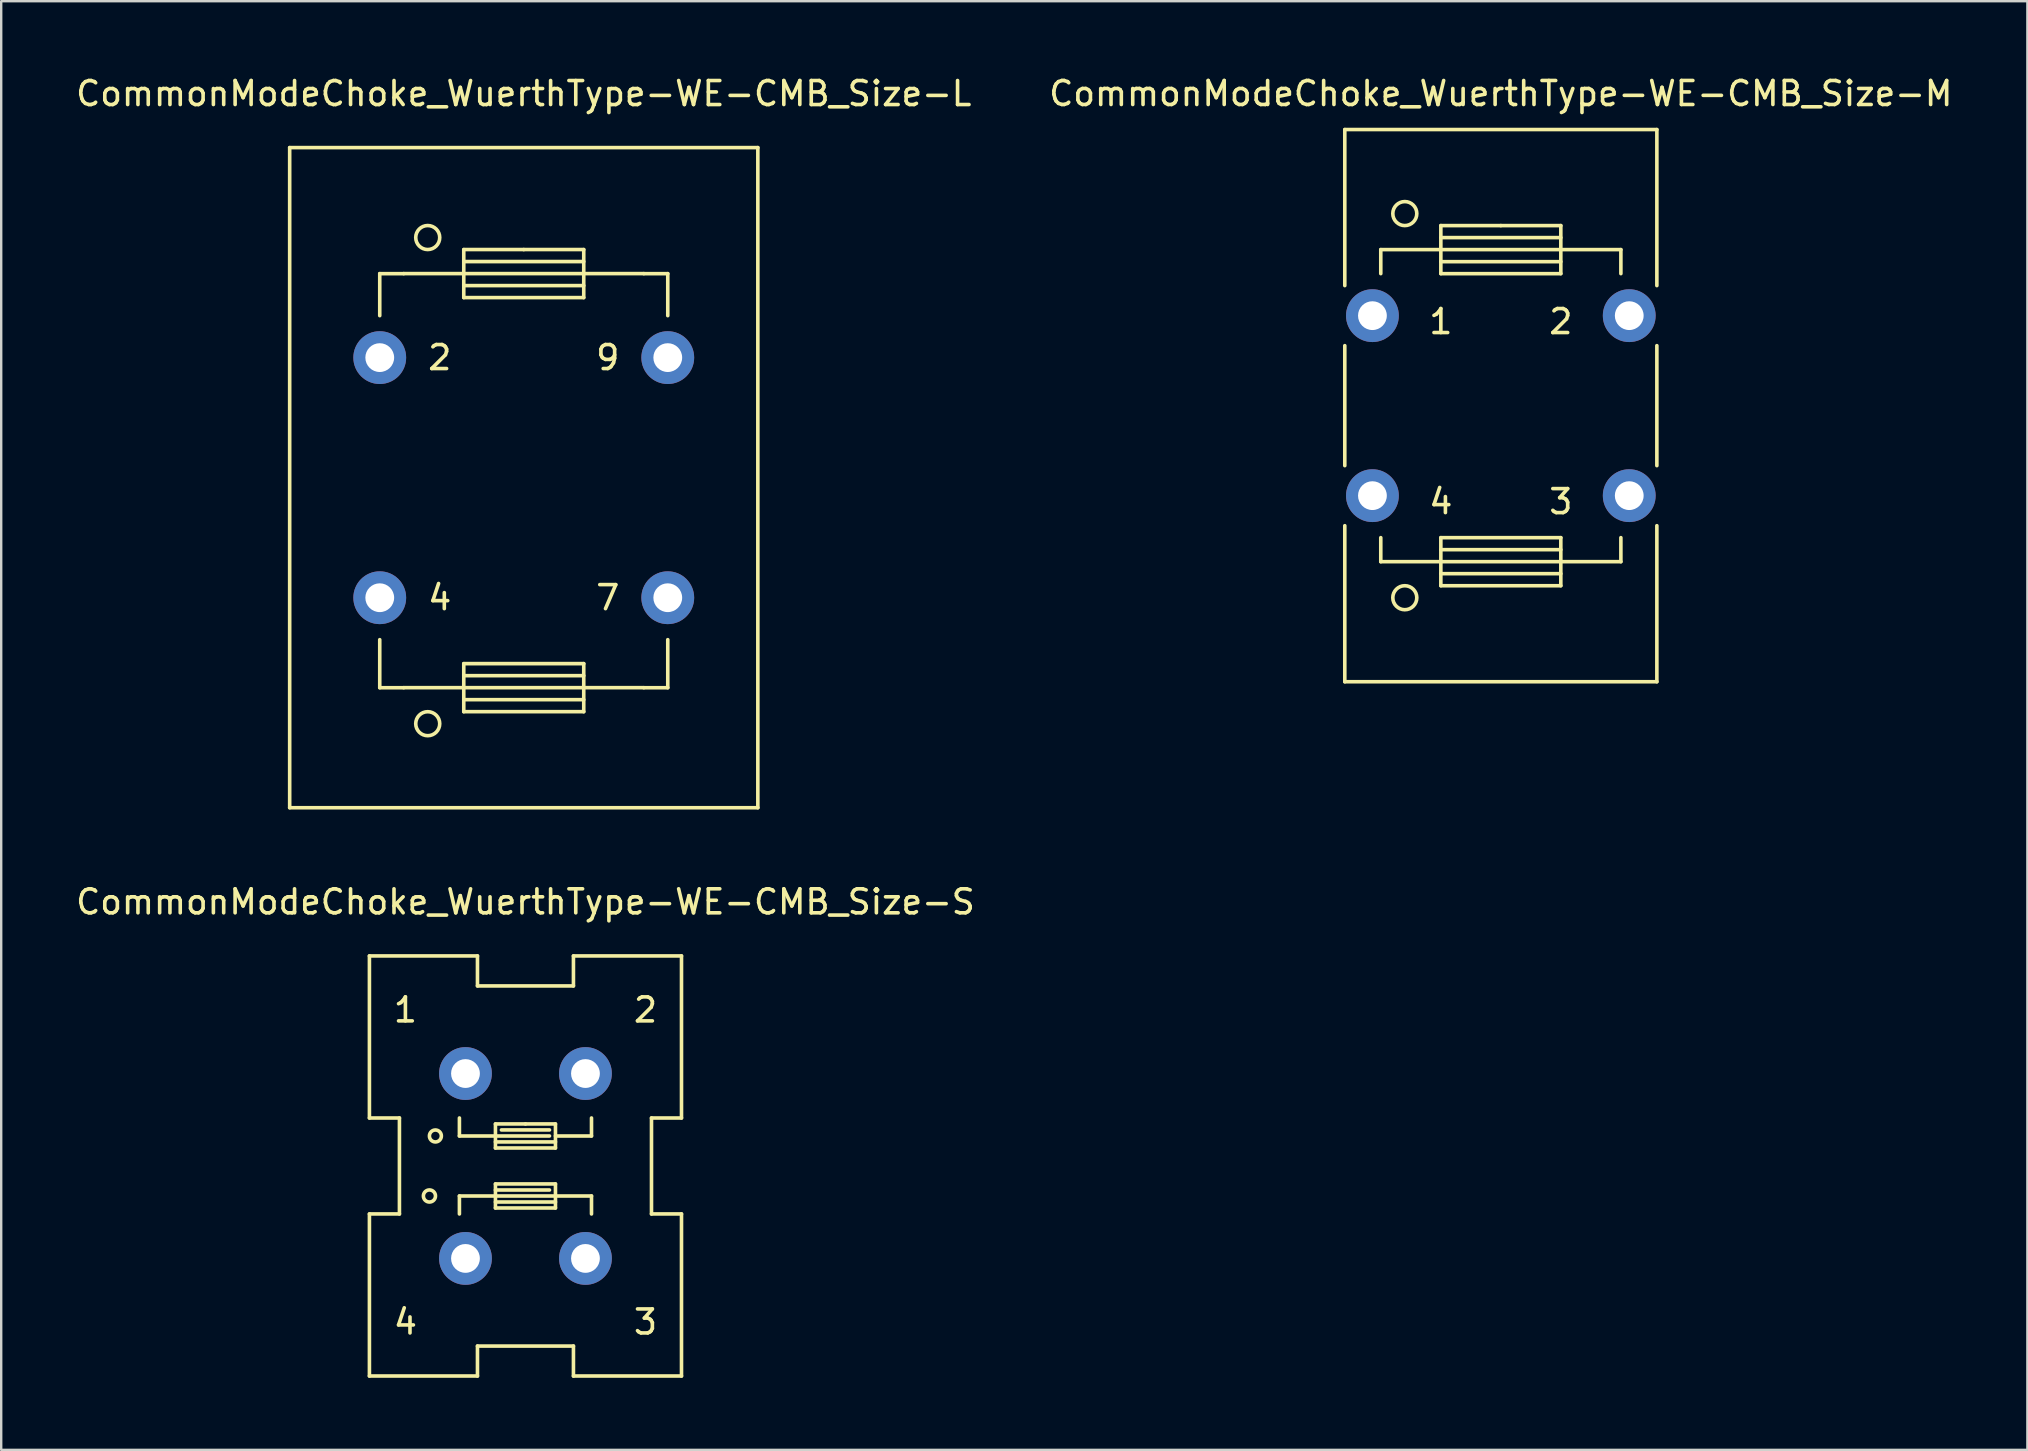
<source format=kicad_pcb>
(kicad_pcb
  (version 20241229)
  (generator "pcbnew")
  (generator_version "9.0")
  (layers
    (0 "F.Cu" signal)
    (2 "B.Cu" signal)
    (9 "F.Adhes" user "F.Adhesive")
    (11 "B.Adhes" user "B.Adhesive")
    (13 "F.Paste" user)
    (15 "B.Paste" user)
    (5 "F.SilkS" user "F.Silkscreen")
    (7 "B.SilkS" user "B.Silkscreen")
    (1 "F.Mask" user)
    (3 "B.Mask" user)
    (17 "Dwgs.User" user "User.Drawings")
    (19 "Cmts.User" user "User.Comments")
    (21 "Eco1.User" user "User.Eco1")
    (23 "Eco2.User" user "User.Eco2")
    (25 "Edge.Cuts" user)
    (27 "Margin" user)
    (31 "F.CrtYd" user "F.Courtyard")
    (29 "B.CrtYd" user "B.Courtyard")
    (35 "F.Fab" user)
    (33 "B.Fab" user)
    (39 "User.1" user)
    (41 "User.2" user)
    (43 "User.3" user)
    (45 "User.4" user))
  (footprint "CommonModeChoke_WuerthType-WE-CMB_Size-L"
    (layer "F.Cu")
    (at 18.768 16.848)
    (property "Reference" "CommonModeChoke_WuerthType-WE-CMB_Size-L" (at 0 -15.999 0) (layer "F.SilkS") (effects (font (size 1 1) (thickness 0.15))))
    (attr through_hole)
    (fp_line (start -9.751 -13.749) (end -9.751 13.749) (stroke (width 0.15) (type solid)) (layer "F.SilkS"))
    (fp_line (start -5.999 -8.499) (end -5.999 -6.749) (stroke (width 0.15) (type solid)) (layer "F.SilkS"))
    (fp_line (start -5.999 8.75) (end -5.999 6.749) (stroke (width 0.15) (type solid)) (layer "F.SilkS"))
    (fp_line (start -5.001 -8.499) (end -5.999 -8.499) (stroke (width 0.15) (type solid)) (layer "F.SilkS"))
    (fp_line (start -5.001 8.748) (end -2.499 8.748) (stroke (width 0.15) (type solid)) (layer "F.SilkS"))
    (fp_line (start -5.001 8.75) (end -5.999 8.75) (stroke (width 0.15) (type solid)) (layer "F.SilkS"))
    (fp_line (start -2.499 -9.502) (end 0 -9.502) (stroke (width 0.15) (type solid)) (layer "F.SilkS"))
    (fp_line (start -2.499 -8.501) (end -5.001 -8.501) (stroke (width 0.15) (type solid)) (layer "F.SilkS"))
    (fp_line (start -2.499 -8.501) (end 2.499 -8.501) (stroke (width 0.15) (type solid)) (layer "F.SilkS"))
    (fp_line (start -2.499 -8.001) (end 2.499 -8.001) (stroke (width 0.15) (type solid)) (layer "F.SilkS"))
    (fp_line (start -2.499 -7.501) (end -2.499 -9.502) (stroke (width 0.15) (type solid)) (layer "F.SilkS"))
    (fp_line (start -2.499 7.747) (end 2.499 7.747) (stroke (width 0.15) (type solid)) (layer "F.SilkS"))
    (fp_line (start -2.499 9.248) (end 2.499 9.248) (stroke (width 0.15) (type solid)) (layer "F.SilkS"))
    (fp_line (start -2.499 9.749) (end -2.499 7.747) (stroke (width 0.15) (type solid)) (layer "F.SilkS"))
    (fp_line (start 0 -9.502) (end 2.499 -9.502) (stroke (width 0.15) (type solid)) (layer "F.SilkS"))
    (fp_line (start 2.499 -9.502) (end 2.499 -7.501) (stroke (width 0.15) (type solid)) (layer "F.SilkS"))
    (fp_line (start 2.499 -9.002) (end -2.499 -9.002) (stroke (width 0.15) (type solid)) (layer "F.SilkS"))
    (fp_line (start 2.499 -8.501) (end 5.001 -8.501) (stroke (width 0.15) (type solid)) (layer "F.SilkS"))
    (fp_line (start 2.499 -7.501) (end -2.499 -7.501) (stroke (width 0.15) (type solid)) (layer "F.SilkS"))
    (fp_line (start 2.499 7.747) (end 2.499 9.749) (stroke (width 0.15) (type solid)) (layer "F.SilkS"))
    (fp_line (start 2.499 8.247) (end -2.499 8.247) (stroke (width 0.15) (type solid)) (layer "F.SilkS"))
    (fp_line (start 2.499 8.748) (end -2.499 8.748) (stroke (width 0.15) (type solid)) (layer "F.SilkS"))
    (fp_line (start 2.499 9.749) (end -2.499 9.749) (stroke (width 0.15) (type solid)) (layer "F.SilkS"))
    (fp_line (start 5.001 -8.499) (end 5.999 -8.499) (stroke (width 0.15) (type solid)) (layer "F.SilkS"))
    (fp_line (start 5.001 8.748) (end 2.499 8.748) (stroke (width 0.15) (type solid)) (layer "F.SilkS"))
    (fp_line (start 5.001 8.75) (end 5.999 8.75) (stroke (width 0.15) (type solid)) (layer "F.SilkS"))
    (fp_line (start 5.999 -8.499) (end 5.999 -6.749) (stroke (width 0.15) (type solid)) (layer "F.SilkS"))
    (fp_line (start 5.999 8.75) (end 5.999 6.749) (stroke (width 0.15) (type solid)) (layer "F.SilkS"))
    (fp_line (start 9.751 -13.749) (end -9.751 -13.749) (stroke (width 0.15) (type solid)) (layer "F.SilkS"))
    (fp_line (start 9.751 -13.749) (end 9.751 13.749) (stroke (width 0.15) (type solid)) (layer "F.SilkS"))
    (fp_line (start 9.751 13.749) (end -9.751 13.749) (stroke (width 0.15) (type solid)) (layer "F.SilkS"))
    (fp_circle (center -4 -10.003) (end -3.5 -10.003) (stroke (width 0.15) (type solid)) (fill no) (layer "F.SilkS"))
    (fp_circle (center -4 10.249) (end -3.5 10.249) (stroke (width 0.15) (type solid)) (fill no) (layer "F.SilkS"))
    (fp_text user "9" (at 3.5 -5.001 0) (layer "F.SilkS") (effects (font (size 1 1) (thickness 0.15))))
    (fp_text user "7" (at 3.5 5.001 0) (layer "F.SilkS") (effects (font (size 1 1) (thickness 0.15))))
    (fp_text user "4" (at -3.5 5.001 0) (layer "F.SilkS") (effects (font (size 1 1) (thickness 0.15))))
    (fp_text user "2" (at -3.5 -5.001 0) (layer "F.SilkS") (effects (font (size 1 1) (thickness 0.15))))
    (pad "2" thru_hole circle (at -5.999 -5.001) (size 2.2 2.2) (drill 1.199) (layers "*.Cu" "*.Mask"))
    (pad "4" thru_hole circle (at -5.999 5.001) (size 2.2 2.2) (drill 1.199) (layers "*.Cu" "*.Mask"))
    (pad "7" thru_hole circle (at 5.999 5.001) (size 2.2 2.2) (drill 1.199) (layers "*.Cu" "*.Mask"))
    (pad "9" thru_hole circle (at 5.999 -5.001) (size 2.2 2.2) (drill 1.199) (layers "*.Cu" "*.Mask")))
  (footprint "CommonModeChoke_WuerthType-WE-CMB_Size-S"
    (layer "F.Cu")
    (at 18.839 45.521)
    (property "Reference" "CommonModeChoke_WuerthType-WE-CMB_Size-S" (at 0 -11.001 0) (layer "F.SilkS") (effects (font (size 1 1) (thickness 0.15))))
    (attr through_hole)
    (fp_line (start -6.5 -8.75) (end -6.5 -1.999) (stroke (width 0.15) (type solid)) (layer "F.SilkS"))
    (fp_line (start -6.5 -1.999) (end -5.25 -1.999) (stroke (width 0.15) (type solid)) (layer "F.SilkS"))
    (fp_line (start -6.5 1.999) (end -6.5 8.75) (stroke (width 0.15) (type solid)) (layer "F.SilkS"))
    (fp_line (start -6.5 8.75) (end -1.999 8.75) (stroke (width 0.15) (type solid)) (layer "F.SilkS"))
    (fp_line (start -5.25 -1.999) (end -5.25 1.999) (stroke (width 0.15) (type solid)) (layer "F.SilkS"))
    (fp_line (start -5.25 1.999) (end -6.5 1.999) (stroke (width 0.15) (type solid)) (layer "F.SilkS"))
    (fp_line (start -2.751 -1.25) (end -2.751 -1.999) (stroke (width 0.15) (type solid)) (layer "F.SilkS"))
    (fp_line (start -2.751 1.25) (end -2.751 1.999) (stroke (width 0.15) (type solid)) (layer "F.SilkS"))
    (fp_line (start -1.999 -8.75) (end -6.5 -8.75) (stroke (width 0.15) (type solid)) (layer "F.SilkS"))
    (fp_line (start -1.999 -7.501) (end -1.999 -8.75) (stroke (width 0.15) (type solid)) (layer "F.SilkS"))
    (fp_line (start -1.999 7.501) (end 1.999 7.501) (stroke (width 0.15) (type solid)) (layer "F.SilkS"))
    (fp_line (start -1.999 8.75) (end -1.999 7.501) (stroke (width 0.15) (type solid)) (layer "F.SilkS"))
    (fp_line (start -1.25 -1.75) (end 0 -1.75) (stroke (width 0.15) (type solid)) (layer "F.SilkS"))
    (fp_line (start -1.25 -1.25) (end -2.751 -1.25) (stroke (width 0.15) (type solid)) (layer "F.SilkS"))
    (fp_line (start -1.25 -1.001) (end 1.25 -1.001) (stroke (width 0.15) (type solid)) (layer "F.SilkS"))
    (fp_line (start -1.25 -0.749) (end -1.25 -1.75) (stroke (width 0.15) (type solid)) (layer "F.SilkS"))
    (fp_line (start -1.25 0.749) (end 1.25 0.749) (stroke (width 0.15) (type solid)) (layer "F.SilkS"))
    (fp_line (start -1.25 1.001) (end 1.001 1.001) (stroke (width 0.15) (type solid)) (layer "F.SilkS"))
    (fp_line (start -1.25 1.25) (end -2.751 1.25) (stroke (width 0.15) (type solid)) (layer "F.SilkS"))
    (fp_line (start -1.25 1.75) (end -1.25 0.749) (stroke (width 0.15) (type solid)) (layer "F.SilkS"))
    (fp_line (start 0 -1.75) (end 1.25 -1.75) (stroke (width 0.15) (type solid)) (layer "F.SilkS"))
    (fp_line (start 1.001 -1.501) (end -1.001 -1.501) (stroke (width 0.15) (type solid)) (layer "F.SilkS"))
    (fp_line (start 1.001 -1.25) (end -1.25 -1.25) (stroke (width 0.15) (type solid)) (layer "F.SilkS"))
    (fp_line (start 1.25 -1.75) (end 1.25 -0.749) (stroke (width 0.15) (type solid)) (layer "F.SilkS"))
    (fp_line (start 1.25 -1.25) (end 2.751 -1.25) (stroke (width 0.15) (type solid)) (layer "F.SilkS"))
    (fp_line (start 1.25 -0.749) (end -1.25 -0.749) (stroke (width 0.15) (type solid)) (layer "F.SilkS"))
    (fp_line (start 1.25 0.749) (end 1.25 1.75) (stroke (width 0.15) (type solid)) (layer "F.SilkS"))
    (fp_line (start 1.25 1.25) (end -1.25 1.25) (stroke (width 0.15) (type solid)) (layer "F.SilkS"))
    (fp_line (start 1.25 1.25) (end 2.751 1.25) (stroke (width 0.15) (type solid)) (layer "F.SilkS"))
    (fp_line (start 1.25 1.501) (end -1.25 1.501) (stroke (width 0.15) (type solid)) (layer "F.SilkS"))
    (fp_line (start 1.25 1.75) (end -1.25 1.75) (stroke (width 0.15) (type solid)) (layer "F.SilkS"))
    (fp_line (start 1.999 -8.75) (end 1.999 -7.501) (stroke (width 0.15) (type solid)) (layer "F.SilkS"))
    (fp_line (start 1.999 -7.501) (end -1.999 -7.501) (stroke (width 0.15) (type solid)) (layer "F.SilkS"))
    (fp_line (start 1.999 7.501) (end 1.999 8.75) (stroke (width 0.15) (type solid)) (layer "F.SilkS"))
    (fp_line (start 1.999 8.75) (end 6.5 8.75) (stroke (width 0.15) (type solid)) (layer "F.SilkS"))
    (fp_line (start 2.751 -1.25) (end 2.751 -1.999) (stroke (width 0.15) (type solid)) (layer "F.SilkS"))
    (fp_line (start 2.751 1.25) (end 2.751 1.999) (stroke (width 0.15) (type solid)) (layer "F.SilkS"))
    (fp_line (start 5.25 -1.999) (end 6.5 -1.999) (stroke (width 0.15) (type solid)) (layer "F.SilkS"))
    (fp_line (start 5.25 1.999) (end 5.25 -1.999) (stroke (width 0.15) (type solid)) (layer "F.SilkS"))
    (fp_line (start 6.5 -8.75) (end 1.999 -8.75) (stroke (width 0.15) (type solid)) (layer "F.SilkS"))
    (fp_line (start 6.5 -1.999) (end 6.5 -8.75) (stroke (width 0.15) (type solid)) (layer "F.SilkS"))
    (fp_line (start 6.5 1.999) (end 5.25 1.999) (stroke (width 0.15) (type solid)) (layer "F.SilkS"))
    (fp_line (start 6.5 8.75) (end 6.5 1.999) (stroke (width 0.15) (type solid)) (layer "F.SilkS"))
    (fp_circle (center -4 1.25) (end -4 0.998) (stroke (width 0.15) (type solid)) (fill no) (layer "F.SilkS"))
    (fp_circle (center -3.752 -1.25) (end -3.503 -1.25) (stroke (width 0.15) (type solid)) (fill no) (layer "F.SilkS"))
    (fp_text user "1" (at -5.001 -6.5 0) (layer "F.SilkS") (effects (font (size 1 1) (thickness 0.15))))
    (fp_text user "3" (at 5.001 6.5 0) (layer "F.SilkS") (effects (font (size 1 1) (thickness 0.15))))
    (fp_text user "4" (at -5.001 6.5 0) (layer "F.SilkS") (effects (font (size 1 1) (thickness 0.15))))
    (fp_text user "2" (at 5.001 -6.5 0) (layer "F.SilkS") (effects (font (size 1 1) (thickness 0.15))))
    (pad "1" thru_hole circle (at -2.499 -3.851) (size 2.2 2.2) (drill 1.199) (layers "*.Cu" "*.Mask"))
    (pad "2" thru_hole circle (at 2.499 -3.851) (size 2.2 2.2) (drill 1.199) (layers "*.Cu" "*.Mask"))
    (pad "3" thru_hole circle (at 2.499 3.851) (size 2.2 2.2) (drill 1.199) (layers "*.Cu" "*.Mask"))
    (pad "4" thru_hole circle (at -2.499 3.851) (size 2.2 2.2) (drill 1.199) (layers "*.Cu" "*.Mask")))
  (footprint "CommonModeChoke_WuerthType-WE-CMB_Size-M"
    (layer "F.Cu")
    (at 59.47 13.848)
    (property "Reference" "CommonModeChoke_WuerthType-WE-CMB_Size-M" (at 0 -13 0) (layer "F.SilkS") (effects (font (size 1 1) (thickness 0.15))))
    (attr through_hole)
    (fp_line (start -6.5 -11.501) (end 6.5 -11.501) (stroke (width 0.15) (type solid)) (layer "F.SilkS"))
    (fp_line (start -6.5 -5.001) (end -6.5 -11.501) (stroke (width 0.15) (type solid)) (layer "F.SilkS"))
    (fp_line (start -6.5 2.499) (end -6.5 -2.499) (stroke (width 0.15) (type solid)) (layer "F.SilkS"))
    (fp_line (start -6.5 11.501) (end -6.5 5.001) (stroke (width 0.15) (type solid)) (layer "F.SilkS"))
    (fp_line (start -5.001 -6.5) (end -5.001 -5.499) (stroke (width 0.15) (type solid)) (layer "F.SilkS"))
    (fp_line (start -5.001 5.499) (end -5.001 6.5) (stroke (width 0.15) (type solid)) (layer "F.SilkS"))
    (fp_line (start -5.001 6.5) (end -2.499 6.5) (stroke (width 0.15) (type solid)) (layer "F.SilkS"))
    (fp_line (start -2.499 -7.501) (end 0 -7.501) (stroke (width 0.15) (type solid)) (layer "F.SilkS"))
    (fp_line (start -2.499 -6.5) (end -5.001 -6.5) (stroke (width 0.15) (type solid)) (layer "F.SilkS"))
    (fp_line (start -2.499 -6.5) (end 2.499 -6.5) (stroke (width 0.15) (type solid)) (layer "F.SilkS"))
    (fp_line (start -2.499 -5.999) (end 2.499 -5.999) (stroke (width 0.15) (type solid)) (layer "F.SilkS"))
    (fp_line (start -2.499 -5.499) (end -2.499 -7.501) (stroke (width 0.15) (type solid)) (layer "F.SilkS"))
    (fp_line (start -2.499 5.499) (end 2.499 5.499) (stroke (width 0.15) (type solid)) (layer "F.SilkS"))
    (fp_line (start -2.499 7) (end 2.499 7) (stroke (width 0.15) (type solid)) (layer "F.SilkS"))
    (fp_line (start -2.499 7.501) (end -2.499 5.499) (stroke (width 0.15) (type solid)) (layer "F.SilkS"))
    (fp_line (start 0 -7.501) (end 2.499 -7.501) (stroke (width 0.15) (type solid)) (layer "F.SilkS"))
    (fp_line (start 2.499 -7.501) (end 2.499 -5.499) (stroke (width 0.15) (type solid)) (layer "F.SilkS"))
    (fp_line (start 2.499 -7) (end -2.499 -7) (stroke (width 0.15) (type solid)) (layer "F.SilkS"))
    (fp_line (start 2.499 -6.5) (end 5.001 -6.5) (stroke (width 0.15) (type solid)) (layer "F.SilkS"))
    (fp_line (start 2.499 -5.499) (end -2.499 -5.499) (stroke (width 0.15) (type solid)) (layer "F.SilkS"))
    (fp_line (start 2.499 5.499) (end 2.499 7.501) (stroke (width 0.15) (type solid)) (layer "F.SilkS"))
    (fp_line (start 2.499 5.999) (end -2.499 5.999) (stroke (width 0.15) (type solid)) (layer "F.SilkS"))
    (fp_line (start 2.499 6.5) (end -2.499 6.5) (stroke (width 0.15) (type solid)) (layer "F.SilkS"))
    (fp_line (start 2.499 7.501) (end -2.499 7.501) (stroke (width 0.15) (type solid)) (layer "F.SilkS"))
    (fp_line (start 5.001 -6.5) (end 5.001 -5.499) (stroke (width 0.15) (type solid)) (layer "F.SilkS"))
    (fp_line (start 5.001 5.499) (end 5.001 6.5) (stroke (width 0.15) (type solid)) (layer "F.SilkS"))
    (fp_line (start 5.001 6.5) (end 2.499 6.5) (stroke (width 0.15) (type solid)) (layer "F.SilkS"))
    (fp_line (start 6.5 -11.501) (end 6.5 -5.001) (stroke (width 0.15) (type solid)) (layer "F.SilkS"))
    (fp_line (start 6.5 -2.499) (end 6.5 2.499) (stroke (width 0.15) (type solid)) (layer "F.SilkS"))
    (fp_line (start 6.5 5.001) (end 6.5 11.501) (stroke (width 0.15) (type solid)) (layer "F.SilkS"))
    (fp_line (start 6.5 11.501) (end -6.5 11.501) (stroke (width 0.15) (type solid)) (layer "F.SilkS"))
    (fp_circle (center -4 -8.001) (end -3.5 -8.001) (stroke (width 0.15) (type solid)) (fill no) (layer "F.SilkS"))
    (fp_circle (center -4 8.001) (end -3.5 8.001) (stroke (width 0.15) (type solid)) (fill no) (layer "F.SilkS"))
    (fp_text user "4" (at -2.499 4 0) (layer "F.SilkS") (effects (font (size 1 1) (thickness 0.15))))
    (fp_text user "1" (at -2.499 -3.5 0) (layer "F.SilkS") (effects (font (size 1 1) (thickness 0.15))))
    (fp_text user "3" (at 2.499 4 0) (layer "F.SilkS") (effects (font (size 1 1) (thickness 0.15))))
    (fp_text user "2" (at 2.499 -3.5 0) (layer "F.SilkS") (effects (font (size 1 1) (thickness 0.15))))
    (pad "1" thru_hole circle (at -5.349 -3.749) (size 2.2 2.2) (drill 1.199) (layers "*.Cu" "*.Mask"))
    (pad "2" thru_hole circle (at 5.349 -3.749) (size 2.2 2.2) (drill 1.199) (layers "*.Cu" "*.Mask"))
    (pad "3" thru_hole circle (at 5.349 3.749) (size 2.2 2.2) (drill 1.199) (layers "*.Cu" "*.Mask"))
    (pad "4" thru_hole circle (at -5.349 3.749) (size 2.2 2.2) (drill 1.199) (layers "*.Cu" "*.Mask")))
  (gr_rect
    (start -3 -3)
    (end 81.405 57.346)
    (stroke (width 0.1) (type default))
    (fill no)
    (layer "Edge.Cuts")))
</source>
